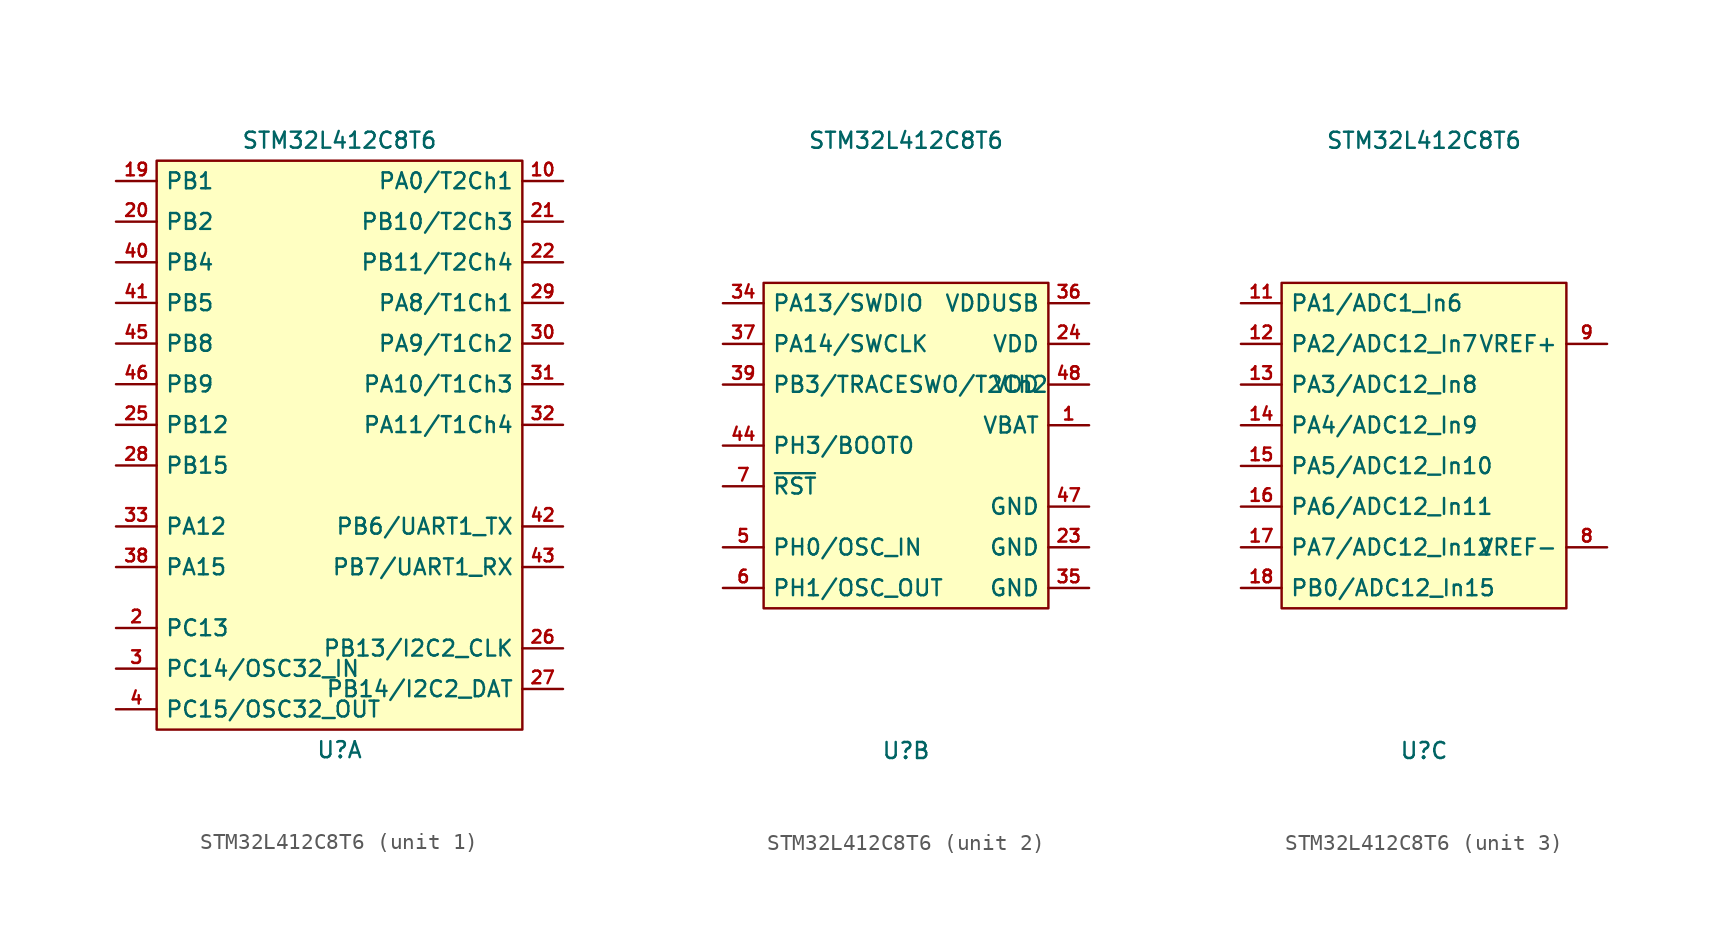
<source format=kicad_sym>
(kicad_symbol_lib
  (version 20220914)
  (generator kicad_symbol_editor)
  (symbol "STM32L412C8T6"
    (property "Reference" "U"
      (at 0 -19.05 0)
      (effects (font (size 1 1))))
    (property "Value" "STM32L412C8T6"
      (at 0 19.05 0)
      (effects (font (size 1 1))))
    (property "ki_locked" ""
      (at 0 0 0)
      (effects (font (size 1.27 1.27))))
    (symbol "STM32L412C8T6_1_0"
      (pin bidirectional line (at 13.97 16.51 180) (length 2.54) (name "PA0/T2Ch1" (effects (font (size 0.991 0.991)))) (number "10" (effects (font (size 0.787 0.787)))))
      (pin bidirectional line (at -13.97 16.51 0) (length 2.54) (name "PB1" (effects (font (size 0.991 0.991)))) (number "19" (effects (font (size 0.787 0.787)))))
      (pin bidirectional line (at -13.97 -11.43 0) (length 2.54) (name "PC13" (effects (font (size 0.991 0.991)))) (number "2" (effects (font (size 0.787 0.787)))))
      (pin bidirectional line (at -13.97 13.97 0) (length 2.54) (name "PB2" (effects (font (size 0.991 0.991)))) (number "20" (effects (font (size 0.787 0.787)))))
      (pin bidirectional line (at 13.97 13.97 180) (length 2.54) (name "PB10/T2Ch3" (effects (font (size 0.991 0.991)))) (number "21" (effects (font (size 0.787 0.787)))))
      (pin bidirectional line (at 13.97 11.43 180) (length 2.54) (name "PB11/T2Ch4" (effects (font (size 0.991 0.991)))) (number "22" (effects (font (size 0.787 0.787)))))
      (pin bidirectional line (at -13.97 1.27 0) (length 2.54) (name "PB12" (effects (font (size 0.991 0.991)))) (number "25" (effects (font (size 0.787 0.787)))))
      (pin bidirectional line (at 13.97 -12.7 180) (length 2.54) (name "PB13/I2C2_CLK" (effects (font (size 0.991 0.991)))) (number "26" (effects (font (size 0.787 0.787)))))
      (pin bidirectional line (at 13.97 -15.24 180) (length 2.54) (name "PB14/I2C2_DAT" (effects (font (size 0.991 0.991)))) (number "27" (effects (font (size 0.787 0.787)))))
      (pin bidirectional line (at -13.97 -1.27 0) (length 2.54) (name "PB15" (effects (font (size 0.991 0.991)))) (number "28" (effects (font (size 0.787 0.787)))))
      (pin bidirectional line (at 13.97 8.89 180) (length 2.54) (name "PA8/T1Ch1" (effects (font (size 0.991 0.991)))) (number "29" (effects (font (size 0.787 0.787)))))
      (pin bidirectional line (at -13.97 -13.97 0) (length 2.54) (name "PC14/OSC32_IN" (effects (font (size 0.991 0.991)))) (number "3" (effects (font (size 0.787 0.787)))))
      (pin bidirectional line (at 13.97 6.35 180) (length 2.54) (name "PA9/T1Ch2" (effects (font (size 0.991 0.991)))) (number "30" (effects (font (size 0.787 0.787)))))
      (pin bidirectional line (at 13.97 3.81 180) (length 2.54) (name "PA10/T1Ch3" (effects (font (size 0.991 0.991)))) (number "31" (effects (font (size 0.787 0.787)))))
      (pin bidirectional line (at 13.97 1.27 180) (length 2.54) (name "PA11/T1Ch4" (effects (font (size 0.991 0.991)))) (number "32" (effects (font (size 0.787 0.787)))))
      (pin bidirectional line (at -13.97 -5.08 0) (length 2.54) (name "PA12" (effects (font (size 0.991 0.991)))) (number "33" (effects (font (size 0.787 0.787)))))
      (pin bidirectional line (at -13.97 -7.62 0) (length 2.54) (name "PA15" (effects (font (size 0.991 0.991)))) (number "38" (effects (font (size 0.787 0.787)))))
      (pin bidirectional line (at -13.97 -16.51 0) (length 2.54) (name "PC15/OSC32_OUT" (effects (font (size 0.991 0.991)))) (number "4" (effects (font (size 0.787 0.787)))))
      (pin bidirectional line (at -13.97 11.43 0) (length 2.54) (name "PB4" (effects (font (size 0.991 0.991)))) (number "40" (effects (font (size 0.787 0.787)))))
      (pin bidirectional line (at -13.97 8.89 0) (length 2.54) (name "PB5" (effects (font (size 0.991 0.991)))) (number "41" (effects (font (size 0.787 0.787)))))
      (pin bidirectional line (at 13.97 -5.08 180) (length 2.54) (name "PB6/UART1_TX" (effects (font (size 0.991 0.991)))) (number "42" (effects (font (size 0.787 0.787)))))
      (pin bidirectional line (at 13.97 -7.62 180) (length 2.54) (name "PB7/UART1_RX" (effects (font (size 0.991 0.991)))) (number "43" (effects (font (size 0.787 0.787)))))
      (pin bidirectional line (at -13.97 6.35 0) (length 2.54) (name "PB8" (effects (font (size 0.991 0.991)))) (number "45" (effects (font (size 0.787 0.787)))))
      (pin bidirectional line (at -13.97 3.81 0) (length 2.54) (name "PB9" (effects (font (size 0.991 0.991)))) (number "46" (effects (font (size 0.787 0.787))))))
    (symbol "STM32L412C8T6_1_1"
      (rectangle (start -11.43 17.78) (end 11.43 -17.78) (stroke (width 0) (type default)) (fill (type background))))
    (symbol "STM32L412C8T6_2_0"
      (pin power_in line (at 11.43 1.27 180) (length 2.54) (name "VBAT" (effects (font (size 0.991 0.991)))) (number "1" (effects (font (size 0.787 0.787)))))
      (pin power_in line (at 11.43 -6.35 180) (length 2.54) (name "GND" (effects (font (size 0.991 0.991)))) (number "23" (effects (font (size 0.787 0.787)))))
      (pin power_in line (at 11.43 6.35 180) (length 2.54) (name "VDD" (effects (font (size 0.991 0.991)))) (number "24" (effects (font (size 0.787 0.787)))))
      (pin bidirectional line (at -11.43 8.89 0) (length 2.54) (name "PA13/SWDIO" (effects (font (size 0.991 0.991)))) (number "34" (effects (font (size 0.787 0.787)))))
      (pin power_in line (at 11.43 -8.89 180) (length 2.54) (name "GND" (effects (font (size 0.991 0.991)))) (number "35" (effects (font (size 0.787 0.787)))))
      (pin power_in line (at 11.43 8.89 180) (length 2.54) (name "VDDUSB" (effects (font (size 0.991 0.991)))) (number "36" (effects (font (size 0.787 0.787)))))
      (pin bidirectional line (at -11.43 6.35 0) (length 2.54) (name "PA14/SWCLK" (effects (font (size 0.991 0.991)))) (number "37" (effects (font (size 0.787 0.787)))))
      (pin bidirectional line (at -11.43 3.81 0) (length 2.54) (name "PB3/TRACESWO/T2Ch2" (effects (font (size 0.991 0.991)))) (number "39" (effects (font (size 0.787 0.787)))))
      (pin bidirectional line (at -11.43 0 0) (length 2.54) (name "PH3/BOOT0" (effects (font (size 0.991 0.991)))) (number "44" (effects (font (size 0.787 0.787)))))
      (pin power_in line (at 11.43 -3.81 180) (length 2.54) (name "GND" (effects (font (size 0.991 0.991)))) (number "47" (effects (font (size 0.787 0.787)))))
      (pin power_in line (at 11.43 3.81 180) (length 2.54) (name "VDD" (effects (font (size 0.991 0.991)))) (number "48" (effects (font (size 0.787 0.787)))))
      (pin bidirectional line (at -11.43 -6.35 0) (length 2.54) (name "PH0/OSC_IN" (effects (font (size 0.991 0.991)))) (number "5" (effects (font (size 0.787 0.787)))))
      (pin bidirectional line (at -11.43 -8.89 0) (length 2.54) (name "PH1/OSC_OUT" (effects (font (size 0.991 0.991)))) (number "6" (effects (font (size 0.787 0.787)))))
      (pin bidirectional line (at -11.43 -2.54 0) (length 2.54) (name "~{RST}" (effects (font (size 0.991 0.991)))) (number "7" (effects (font (size 0.787 0.787))))))
    (symbol "STM32L412C8T6_2_1"
      (rectangle (start -8.89 10.16) (end 8.89 -10.16) (stroke (width 0) (type default)) (fill (type background))))
    (symbol "STM32L412C8T6_3_0"
      (pin bidirectional line (at -11.43 8.89 0) (length 2.54) (name "PA1/ADC1_In6" (effects (font (size 0.991 0.991)))) (number "11" (effects (font (size 0.787 0.787)))))
      (pin bidirectional line (at -11.43 6.35 0) (length 2.54) (name "PA2/ADC12_In7" (effects (font (size 0.991 0.991)))) (number "12" (effects (font (size 0.787 0.787)))))
      (pin bidirectional line (at -11.43 3.81 0) (length 2.54) (name "PA3/ADC12_In8" (effects (font (size 0.991 0.991)))) (number "13" (effects (font (size 0.787 0.787)))))
      (pin bidirectional line (at -11.43 1.27 0) (length 2.54) (name "PA4/ADC12_In9" (effects (font (size 0.991 0.991)))) (number "14" (effects (font (size 0.787 0.787)))))
      (pin bidirectional line (at -11.43 -1.27 0) (length 2.54) (name "PA5/ADC12_In10" (effects (font (size 0.991 0.991)))) (number "15" (effects (font (size 0.787 0.787)))))
      (pin bidirectional line (at -11.43 -3.81 0) (length 2.54) (name "PA6/ADC12_In11" (effects (font (size 0.991 0.991)))) (number "16" (effects (font (size 0.787 0.787)))))
      (pin bidirectional line (at -11.43 -6.35 0) (length 2.54) (name "PA7/ADC12_In12" (effects (font (size 0.991 0.991)))) (number "17" (effects (font (size 0.787 0.787)))))
      (pin bidirectional line (at -11.43 -8.89 0) (length 2.54) (name "PB0/ADC12_In15" (effects (font (size 0.991 0.991)))) (number "18" (effects (font (size 0.787 0.787)))))
      (pin power_in line (at 11.43 -6.35 180) (length 2.54) (name "VREF-" (effects (font (size 0.991 0.991)))) (number "8" (effects (font (size 0.787 0.787)))))
      (pin power_in line (at 11.43 6.35 180) (length 2.54) (name "VREF+" (effects (font (size 0.991 0.991)))) (number "9" (effects (font (size 0.787 0.787))))))
    (symbol "STM32L412C8T6_3_1"
      (rectangle (start -8.89 10.16) (end 8.89 -10.16) (stroke (width 0) (type default)) (fill (type background))))))
</source>
